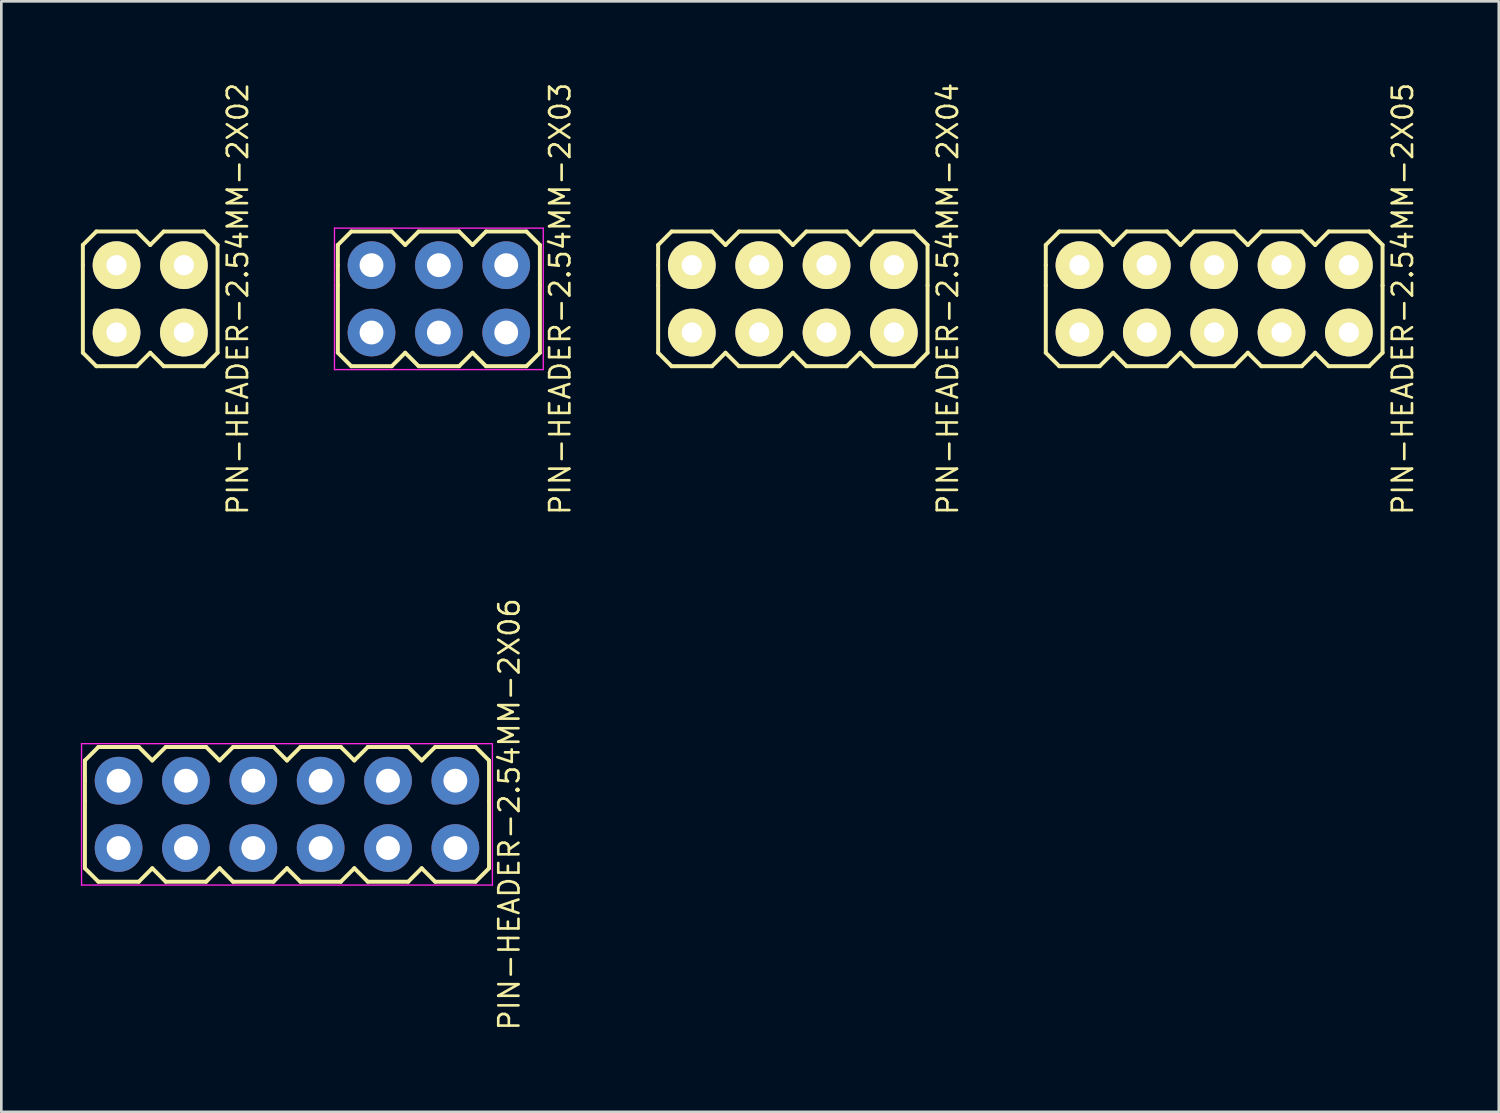
<source format=kicad_pcb>
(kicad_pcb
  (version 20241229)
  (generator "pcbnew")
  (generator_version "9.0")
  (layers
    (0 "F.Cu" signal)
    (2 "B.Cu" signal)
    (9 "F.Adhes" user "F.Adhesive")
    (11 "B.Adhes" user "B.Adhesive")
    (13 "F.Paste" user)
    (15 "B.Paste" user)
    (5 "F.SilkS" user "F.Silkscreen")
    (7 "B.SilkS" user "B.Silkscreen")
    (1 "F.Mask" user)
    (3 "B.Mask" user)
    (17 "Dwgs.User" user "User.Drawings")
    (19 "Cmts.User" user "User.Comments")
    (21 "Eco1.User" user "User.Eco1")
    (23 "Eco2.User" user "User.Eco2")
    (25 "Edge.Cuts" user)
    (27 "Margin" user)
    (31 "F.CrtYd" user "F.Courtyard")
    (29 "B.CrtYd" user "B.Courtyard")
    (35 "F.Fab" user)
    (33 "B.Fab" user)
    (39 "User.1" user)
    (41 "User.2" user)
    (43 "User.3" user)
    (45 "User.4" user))
  (footprint "PIN-HEADER-2.54MM-2X06"
    (layer "F.Cu")
    (at 7.772 27.66)
    (property "Reference" "PIN-HEADER-2.54MM-2X06" (at 8.382 0 90) (layer "F.SilkS") (effects (font (size 0.762 0.762) (thickness 0.1))))
    (attr through_hole)
    (fp_line (start -7.62 -2.032) (end -7.112 -2.54) (stroke (width 0.15) (type solid)) (layer "F.SilkS"))
    (fp_line (start -7.62 -1.27) (end -7.62 -2.032) (stroke (width 0.15) (type solid)) (layer "F.SilkS"))
    (fp_line (start -7.62 -0.508) (end -7.62 -1.27) (stroke (width 0.15) (type solid)) (layer "F.SilkS"))
    (fp_line (start -7.62 -0.508) (end -7.62 2.032) (stroke (width 0.15) (type solid)) (layer "F.SilkS"))
    (fp_line (start -7.62 2.032) (end -7.112 2.54) (stroke (width 0.15) (type solid)) (layer "F.SilkS"))
    (fp_line (start -7.112 -2.54) (end -5.588 -2.54) (stroke (width 0.15) (type solid)) (layer "F.SilkS"))
    (fp_line (start -7.112 2.54) (end -5.588 2.54) (stroke (width 0.15) (type solid)) (layer "F.SilkS"))
    (fp_line (start -5.588 -2.54) (end -5.08 -2.032) (stroke (width 0.15) (type solid)) (layer "F.SilkS"))
    (fp_line (start -5.588 2.54) (end -5.08 2.032) (stroke (width 0.15) (type solid)) (layer "F.SilkS"))
    (fp_line (start -5.08 -2.032) (end -4.572 -2.54) (stroke (width 0.15) (type solid)) (layer "F.SilkS"))
    (fp_line (start -5.08 2.032) (end -4.572 2.54) (stroke (width 0.15) (type solid)) (layer "F.SilkS"))
    (fp_line (start -4.572 -2.54) (end -3.048 -2.54) (stroke (width 0.15) (type solid)) (layer "F.SilkS"))
    (fp_line (start -4.572 2.54) (end -3.048 2.54) (stroke (width 0.15) (type solid)) (layer "F.SilkS"))
    (fp_line (start -3.048 -2.54) (end -2.54 -2.032) (stroke (width 0.15) (type solid)) (layer "F.SilkS"))
    (fp_line (start -3.048 2.54) (end -2.54 2.032) (stroke (width 0.15) (type solid)) (layer "F.SilkS"))
    (fp_line (start -2.54 -2.032) (end -2.032 -2.54) (stroke (width 0.15) (type solid)) (layer "F.SilkS"))
    (fp_line (start -2.54 2.032) (end -2.032 2.54) (stroke (width 0.15) (type solid)) (layer "F.SilkS"))
    (fp_line (start -2.032 -2.54) (end -0.508 -2.54) (stroke (width 0.15) (type solid)) (layer "F.SilkS"))
    (fp_line (start -2.032 2.54) (end -0.508 2.54) (stroke (width 0.15) (type solid)) (layer "F.SilkS"))
    (fp_line (start -0.508 -2.54) (end 0 -2.032) (stroke (width 0.15) (type solid)) (layer "F.SilkS"))
    (fp_line (start -0.508 2.54) (end 0 2.032) (stroke (width 0.15) (type solid)) (layer "F.SilkS"))
    (fp_line (start 0 -2.032) (end 0.508 -2.54) (stroke (width 0.15) (type solid)) (layer "F.SilkS"))
    (fp_line (start 0 2.032) (end 0.508 2.54) (stroke (width 0.15) (type solid)) (layer "F.SilkS"))
    (fp_line (start 0.508 -2.54) (end 2.032 -2.54) (stroke (width 0.15) (type solid)) (layer "F.SilkS"))
    (fp_line (start 0.508 2.54) (end 2.032 2.54) (stroke (width 0.15) (type solid)) (layer "F.SilkS"))
    (fp_line (start 2.032 -2.54) (end 2.54 -2.032) (stroke (width 0.15) (type solid)) (layer "F.SilkS"))
    (fp_line (start 2.032 2.54) (end 2.54 2.032) (stroke (width 0.15) (type solid)) (layer "F.SilkS"))
    (fp_line (start 2.54 -2.032) (end 3.048 -2.54) (stroke (width 0.15) (type solid)) (layer "F.SilkS"))
    (fp_line (start 2.54 2.032) (end 3.048 2.54) (stroke (width 0.15) (type solid)) (layer "F.SilkS"))
    (fp_line (start 3.048 -2.54) (end 4.572 -2.54) (stroke (width 0.15) (type solid)) (layer "F.SilkS"))
    (fp_line (start 3.048 2.54) (end 4.572 2.54) (stroke (width 0.15) (type solid)) (layer "F.SilkS"))
    (fp_line (start 4.572 -2.54) (end 5.08 -2.032) (stroke (width 0.15) (type solid)) (layer "F.SilkS"))
    (fp_line (start 4.572 2.54) (end 5.08 2.032) (stroke (width 0.15) (type solid)) (layer "F.SilkS"))
    (fp_line (start 5.08 -2.032) (end 5.588 -2.54) (stroke (width 0.15) (type solid)) (layer "F.SilkS"))
    (fp_line (start 5.08 2.032) (end 5.588 2.54) (stroke (width 0.15) (type solid)) (layer "F.SilkS"))
    (fp_line (start 5.588 -2.54) (end 7.112 -2.54) (stroke (width 0.15) (type solid)) (layer "F.SilkS"))
    (fp_line (start 5.588 2.54) (end 7.112 2.54) (stroke (width 0.15) (type solid)) (layer "F.SilkS"))
    (fp_line (start 7.112 -2.54) (end 7.62 -2.032) (stroke (width 0.15) (type solid)) (layer "F.SilkS"))
    (fp_line (start 7.112 2.54) (end 7.62 2.032) (stroke (width 0.15) (type solid)) (layer "F.SilkS"))
    (fp_line (start 7.62 -2.032) (end 7.62 -0.508) (stroke (width 0.15) (type solid)) (layer "F.SilkS"))
    (fp_line (start 7.62 2.032) (end 7.62 -0.508) (stroke (width 0.15) (type solid)) (layer "F.SilkS"))
    (fp_line (start -7.747 -2.667) (end 7.747 -2.667) (stroke (width 0.05) (type solid)) (layer "F.CrtYd"))
    (fp_line (start -7.747 2.667) (end -7.747 -2.667) (stroke (width 0.05) (type solid)) (layer "F.CrtYd"))
    (fp_line (start 7.747 -2.667) (end 7.747 2.667) (stroke (width 0.05) (type solid)) (layer "F.CrtYd"))
    (fp_line (start 7.747 2.667) (end -7.747 2.667) (stroke (width 0.05) (type solid)) (layer "F.CrtYd"))
    (pad "1" thru_hole circle (at -6.35 1.27) (size 1.8 1.8) (drill 0.9) (layers "*.Cu" "*.Mask"))
    (pad "2" thru_hole circle (at -6.35 -1.27) (size 1.8 1.8) (drill 0.9) (layers "*.Cu" "*.Mask"))
    (pad "3" thru_hole circle (at -3.81 1.27) (size 1.8 1.8) (drill 0.9) (layers "*.Cu" "*.Mask"))
    (pad "4" thru_hole circle (at -3.81 -1.27) (size 1.8 1.8) (drill 0.9) (layers "*.Cu" "*.Mask"))
    (pad "5" thru_hole circle (at -1.27 1.27) (size 1.8 1.8) (drill 0.9) (layers "*.Cu" "*.Mask"))
    (pad "6" thru_hole circle (at -1.27 -1.27) (size 1.8 1.8) (drill 0.9) (layers "*.Cu" "*.Mask"))
    (pad "7" thru_hole circle (at 1.27 1.27) (size 1.8 1.8) (drill 0.9) (layers "*.Cu" "*.Mask"))
    (pad "8" thru_hole circle (at 1.27 -1.27) (size 1.8 1.8) (drill 0.9) (layers "*.Cu" "*.Mask"))
    (pad "9" thru_hole circle (at 3.81 1.27) (size 1.8 1.8) (drill 0.9) (layers "*.Cu" "*.Mask"))
    (pad "10" thru_hole circle (at 3.81 -1.27) (size 1.8 1.8) (drill 0.9) (layers "*.Cu" "*.Mask"))
    (pad "11" thru_hole circle (at 6.35 1.27) (size 1.8 1.8) (drill 0.9) (layers "*.Cu" "*.Mask"))
    (pad "12" thru_hole circle (at 6.35 -1.27) (size 1.8 1.8) (drill 0.9) (layers "*.Cu" "*.Mask")))
  (footprint "PIN-HEADER-2.54MM-2X03"
    (layer "F.Cu")
    (at 13.5 8.22)
    (property "Reference" "PIN-HEADER-2.54MM-2X03" (at 4.572 0 90) (layer "F.SilkS") (effects (font (size 0.762 0.762) (thickness 0.1))))
    (attr through_hole)
    (fp_line (start -3.81 -2.032) (end -3.302 -2.54) (stroke (width 0.15) (type solid)) (layer "F.SilkS"))
    (fp_line (start -3.81 -1.27) (end -3.81 -2.032) (stroke (width 0.15) (type solid)) (layer "F.SilkS"))
    (fp_line (start -3.81 -0.508) (end -3.81 -1.27) (stroke (width 0.15) (type solid)) (layer "F.SilkS"))
    (fp_line (start -3.81 -0.508) (end -3.81 2.032) (stroke (width 0.15) (type solid)) (layer "F.SilkS"))
    (fp_line (start -3.81 2.032) (end -3.302 2.54) (stroke (width 0.15) (type solid)) (layer "F.SilkS"))
    (fp_line (start -3.302 -2.54) (end -1.778 -2.54) (stroke (width 0.15) (type solid)) (layer "F.SilkS"))
    (fp_line (start -3.302 2.54) (end -1.778 2.54) (stroke (width 0.15) (type solid)) (layer "F.SilkS"))
    (fp_line (start -1.778 -2.54) (end -1.27 -2.032) (stroke (width 0.15) (type solid)) (layer "F.SilkS"))
    (fp_line (start -1.778 2.54) (end -1.27 2.032) (stroke (width 0.15) (type solid)) (layer "F.SilkS"))
    (fp_line (start -1.27 -2.032) (end -0.762 -2.54) (stroke (width 0.15) (type solid)) (layer "F.SilkS"))
    (fp_line (start -1.27 2.032) (end -0.762 2.54) (stroke (width 0.15) (type solid)) (layer "F.SilkS"))
    (fp_line (start -0.762 -2.54) (end 0.762 -2.54) (stroke (width 0.15) (type solid)) (layer "F.SilkS"))
    (fp_line (start -0.762 2.54) (end 0.762 2.54) (stroke (width 0.15) (type solid)) (layer "F.SilkS"))
    (fp_line (start 0.762 -2.54) (end 1.27 -2.032) (stroke (width 0.15) (type solid)) (layer "F.SilkS"))
    (fp_line (start 0.762 2.54) (end 1.27 2.032) (stroke (width 0.15) (type solid)) (layer "F.SilkS"))
    (fp_line (start 1.27 -2.032) (end 1.778 -2.54) (stroke (width 0.15) (type solid)) (layer "F.SilkS"))
    (fp_line (start 1.27 2.032) (end 1.778 2.54) (stroke (width 0.15) (type solid)) (layer "F.SilkS"))
    (fp_line (start 1.778 -2.54) (end 3.302 -2.54) (stroke (width 0.15) (type solid)) (layer "F.SilkS"))
    (fp_line (start 1.778 2.54) (end 3.302 2.54) (stroke (width 0.15) (type solid)) (layer "F.SilkS"))
    (fp_line (start 3.302 -2.54) (end 3.81 -2.032) (stroke (width 0.15) (type solid)) (layer "F.SilkS"))
    (fp_line (start 3.302 2.54) (end 3.81 2.032) (stroke (width 0.15) (type solid)) (layer "F.SilkS"))
    (fp_line (start 3.81 -2.032) (end 3.81 -0.508) (stroke (width 0.15) (type solid)) (layer "F.SilkS"))
    (fp_line (start 3.81 2.032) (end 3.81 -0.508) (stroke (width 0.15) (type solid)) (layer "F.SilkS"))
    (fp_line (start -3.937 -2.667) (end 3.937 -2.667) (stroke (width 0.05) (type solid)) (layer "F.CrtYd"))
    (fp_line (start -3.937 2.667) (end -3.937 -2.667) (stroke (width 0.05) (type solid)) (layer "F.CrtYd"))
    (fp_line (start 3.937 -2.667) (end 3.937 2.667) (stroke (width 0.05) (type solid)) (layer "F.CrtYd"))
    (fp_line (start 3.937 2.667) (end -3.937 2.667) (stroke (width 0.05) (type solid)) (layer "F.CrtYd"))
    (pad "1" thru_hole circle (at -2.54 1.27) (size 1.8 1.8) (drill 0.9) (layers "*.Cu" "*.Mask"))
    (pad "2" thru_hole circle (at -2.54 -1.27) (size 1.8 1.8) (drill 0.9) (layers "*.Cu" "*.Mask"))
    (pad "3" thru_hole circle (at 0 1.27) (size 1.8 1.8) (drill 0.9) (layers "*.Cu" "*.Mask"))
    (pad "4" thru_hole circle (at 0 -1.27) (size 1.8 1.8) (drill 0.9) (layers "*.Cu" "*.Mask"))
    (pad "5" thru_hole circle (at 2.54 1.27) (size 1.8 1.8) (drill 0.9) (layers "*.Cu" "*.Mask"))
    (pad "6" thru_hole circle (at 2.54 -1.27) (size 1.8 1.8) (drill 0.9) (layers "*.Cu" "*.Mask")))
  (footprint "PIN-HEADER-2.54MM-2X02"
    (layer "F.Cu")
    (at 2.615 8.22)
    (property "Reference" "PIN-HEADER-2.54MM-2X02" (at 3.302 0 90) (layer "F.SilkS") (effects (font (size 0.762 0.762) (thickness 0.1))))
    (attr through_hole)
    (fp_line (start -2.54 -2.032) (end -2.032 -2.54) (stroke (width 0.15) (type solid)) (layer "F.SilkS"))
    (fp_line (start -2.54 -1.27) (end -2.54 -2.032) (stroke (width 0.15) (type solid)) (layer "F.SilkS"))
    (fp_line (start -2.54 2.032) (end -2.54 -1.27) (stroke (width 0.15) (type solid)) (layer "F.SilkS"))
    (fp_line (start -2.032 -2.54) (end -0.508 -2.54) (stroke (width 0.15) (type solid)) (layer "F.SilkS"))
    (fp_line (start -2.032 2.54) (end -2.54 2.032) (stroke (width 0.15) (type solid)) (layer "F.SilkS"))
    (fp_line (start -0.508 -2.54) (end 0 -2.032) (stroke (width 0.15) (type solid)) (layer "F.SilkS"))
    (fp_line (start -0.508 2.54) (end -2.032 2.54) (stroke (width 0.15) (type solid)) (layer "F.SilkS"))
    (fp_line (start 0 -2.032) (end 0.508 -2.54) (stroke (width 0.15) (type solid)) (layer "F.SilkS"))
    (fp_line (start 0 2.032) (end -0.508 2.54) (stroke (width 0.15) (type solid)) (layer "F.SilkS"))
    (fp_line (start 0.508 -2.54) (end 2.032 -2.54) (stroke (width 0.15) (type solid)) (layer "F.SilkS"))
    (fp_line (start 0.508 2.54) (end 0 2.032) (stroke (width 0.15) (type solid)) (layer "F.SilkS"))
    (fp_line (start 2.032 -2.54) (end 2.54 -2.032) (stroke (width 0.15) (type solid)) (layer "F.SilkS"))
    (fp_line (start 2.032 2.54) (end 0.508 2.54) (stroke (width 0.15) (type solid)) (layer "F.SilkS"))
    (fp_line (start 2.54 -2.032) (end 2.54 2.032) (stroke (width 0.15) (type solid)) (layer "F.SilkS"))
    (fp_line (start 2.54 2.032) (end 2.032 2.54) (stroke (width 0.15) (type solid)) (layer "F.SilkS"))
    (pad "1" thru_hole circle (at -1.27 1.27) (size 1.8 1.8) (drill 0.762) (layers "*.Cu" "*.Mask" "F.SilkS"))
    (pad "2" thru_hole circle (at -1.27 -1.27) (size 1.8 1.8) (drill 0.762) (layers "*.Cu" "*.Mask" "F.SilkS"))
    (pad "3" thru_hole circle (at 1.27 1.27) (size 1.8 1.8) (drill 0.762) (layers "*.Cu" "*.Mask" "F.SilkS"))
    (pad "4" thru_hole circle (at 1.27 -1.27) (size 1.8 1.8) (drill 0.762) (layers "*.Cu" "*.Mask" "F.SilkS")))
  (footprint "PIN-HEADER-2.54MM-2X04"
    (layer "F.Cu")
    (at 26.849 8.22)
    (property "Reference" "PIN-HEADER-2.54MM-2X04" (at 5.842 0 90) (layer "F.SilkS") (effects (font (size 0.762 0.762) (thickness 0.1))))
    (attr through_hole)
    (fp_line (start -5.08 -2.032) (end -4.572 -2.54) (stroke (width 0.15) (type solid)) (layer "F.SilkS"))
    (fp_line (start -5.08 -1.27) (end -5.08 -2.032) (stroke (width 0.15) (type solid)) (layer "F.SilkS"))
    (fp_line (start -5.08 -0.508) (end -5.08 -1.27) (stroke (width 0.15) (type solid)) (layer "F.SilkS"))
    (fp_line (start -5.08 -0.508) (end -5.08 2.032) (stroke (width 0.15) (type solid)) (layer "F.SilkS"))
    (fp_line (start -5.08 2.032) (end -4.572 2.54) (stroke (width 0.15) (type solid)) (layer "F.SilkS"))
    (fp_line (start -4.572 -2.54) (end -3.048 -2.54) (stroke (width 0.15) (type solid)) (layer "F.SilkS"))
    (fp_line (start -4.572 2.54) (end -3.048 2.54) (stroke (width 0.15) (type solid)) (layer "F.SilkS"))
    (fp_line (start -3.048 -2.54) (end -2.54 -2.032) (stroke (width 0.15) (type solid)) (layer "F.SilkS"))
    (fp_line (start -3.048 2.54) (end -2.54 2.032) (stroke (width 0.15) (type solid)) (layer "F.SilkS"))
    (fp_line (start -2.54 -2.032) (end -2.032 -2.54) (stroke (width 0.15) (type solid)) (layer "F.SilkS"))
    (fp_line (start -2.54 2.032) (end -2.032 2.54) (stroke (width 0.15) (type solid)) (layer "F.SilkS"))
    (fp_line (start -2.032 -2.54) (end -0.508 -2.54) (stroke (width 0.15) (type solid)) (layer "F.SilkS"))
    (fp_line (start -2.032 2.54) (end -0.508 2.54) (stroke (width 0.15) (type solid)) (layer "F.SilkS"))
    (fp_line (start -0.508 -2.54) (end 0 -2.032) (stroke (width 0.15) (type solid)) (layer "F.SilkS"))
    (fp_line (start -0.508 2.54) (end 0 2.032) (stroke (width 0.15) (type solid)) (layer "F.SilkS"))
    (fp_line (start 0 -2.032) (end 0.508 -2.54) (stroke (width 0.15) (type solid)) (layer "F.SilkS"))
    (fp_line (start 0 2.032) (end 0.508 2.54) (stroke (width 0.15) (type solid)) (layer "F.SilkS"))
    (fp_line (start 0.508 -2.54) (end 2.032 -2.54) (stroke (width 0.15) (type solid)) (layer "F.SilkS"))
    (fp_line (start 0.508 2.54) (end 2.032 2.54) (stroke (width 0.15) (type solid)) (layer "F.SilkS"))
    (fp_line (start 2.032 -2.54) (end 2.54 -2.032) (stroke (width 0.15) (type solid)) (layer "F.SilkS"))
    (fp_line (start 2.032 2.54) (end 2.54 2.032) (stroke (width 0.15) (type solid)) (layer "F.SilkS"))
    (fp_line (start 2.54 -2.032) (end 3.048 -2.54) (stroke (width 0.15) (type solid)) (layer "F.SilkS"))
    (fp_line (start 2.54 2.032) (end 3.048 2.54) (stroke (width 0.15) (type solid)) (layer "F.SilkS"))
    (fp_line (start 3.048 -2.54) (end 4.572 -2.54) (stroke (width 0.15) (type solid)) (layer "F.SilkS"))
    (fp_line (start 3.048 2.54) (end 4.572 2.54) (stroke (width 0.15) (type solid)) (layer "F.SilkS"))
    (fp_line (start 4.572 -2.54) (end 5.08 -2.032) (stroke (width 0.15) (type solid)) (layer "F.SilkS"))
    (fp_line (start 4.572 2.54) (end 5.08 2.032) (stroke (width 0.15) (type solid)) (layer "F.SilkS"))
    (fp_line (start 5.08 -2.032) (end 5.08 -0.508) (stroke (width 0.15) (type solid)) (layer "F.SilkS"))
    (fp_line (start 5.08 2.032) (end 5.08 -0.508) (stroke (width 0.15) (type solid)) (layer "F.SilkS"))
    (pad "1" thru_hole circle (at -3.81 1.27) (size 1.8 1.8) (drill 0.762) (layers "*.Cu" "*.Mask" "F.SilkS"))
    (pad "2" thru_hole circle (at -3.81 -1.27) (size 1.8 1.8) (drill 0.762) (layers "*.Cu" "*.Mask" "F.SilkS"))
    (pad "3" thru_hole circle (at -1.27 1.27) (size 1.8 1.8) (drill 0.762) (layers "*.Cu" "*.Mask" "F.SilkS"))
    (pad "4" thru_hole circle (at -1.27 -1.27) (size 1.8 1.8) (drill 0.762) (layers "*.Cu" "*.Mask" "F.SilkS"))
    (pad "5" thru_hole circle (at 1.27 1.27) (size 1.8 1.8) (drill 0.762) (layers "*.Cu" "*.Mask" "F.SilkS"))
    (pad "6" thru_hole circle (at 1.27 -1.27) (size 1.8 1.8) (drill 0.762) (layers "*.Cu" "*.Mask" "F.SilkS"))
    (pad "7" thru_hole circle (at 3.81 1.27) (size 1.8 1.8) (drill 0.762) (layers "*.Cu" "*.Mask" "F.SilkS"))
    (pad "8" thru_hole circle (at 3.81 -1.27) (size 1.8 1.8) (drill 0.762) (layers "*.Cu" "*.Mask" "F.SilkS")))
  (footprint "PIN-HEADER-2.54MM-2X05"
    (layer "F.Cu")
    (at 42.737 8.22)
    (property "Reference" "PIN-HEADER-2.54MM-2X05" (at 7.112 0 90) (layer "F.SilkS") (effects (font (size 0.762 0.762) (thickness 0.1))))
    (attr through_hole)
    (fp_line (start -6.35 -2.032) (end -5.842 -2.54) (stroke (width 0.15) (type solid)) (layer "F.SilkS"))
    (fp_line (start -6.35 -1.27) (end -6.35 -2.032) (stroke (width 0.15) (type solid)) (layer "F.SilkS"))
    (fp_line (start -6.35 -0.508) (end -6.35 -1.27) (stroke (width 0.15) (type solid)) (layer "F.SilkS"))
    (fp_line (start -6.35 -0.508) (end -6.35 2.032) (stroke (width 0.15) (type solid)) (layer "F.SilkS"))
    (fp_line (start -6.35 2.032) (end -5.842 2.54) (stroke (width 0.15) (type solid)) (layer "F.SilkS"))
    (fp_line (start -5.842 -2.54) (end -4.318 -2.54) (stroke (width 0.15) (type solid)) (layer "F.SilkS"))
    (fp_line (start -5.842 2.54) (end -4.318 2.54) (stroke (width 0.15) (type solid)) (layer "F.SilkS"))
    (fp_line (start -4.318 -2.54) (end -3.81 -2.032) (stroke (width 0.15) (type solid)) (layer "F.SilkS"))
    (fp_line (start -4.318 2.54) (end -3.81 2.032) (stroke (width 0.15) (type solid)) (layer "F.SilkS"))
    (fp_line (start -3.81 -2.032) (end -3.302 -2.54) (stroke (width 0.15) (type solid)) (layer "F.SilkS"))
    (fp_line (start -3.81 2.032) (end -3.302 2.54) (stroke (width 0.15) (type solid)) (layer "F.SilkS"))
    (fp_line (start -3.302 -2.54) (end -1.778 -2.54) (stroke (width 0.15) (type solid)) (layer "F.SilkS"))
    (fp_line (start -3.302 2.54) (end -1.778 2.54) (stroke (width 0.15) (type solid)) (layer "F.SilkS"))
    (fp_line (start -1.778 -2.54) (end -1.27 -2.032) (stroke (width 0.15) (type solid)) (layer "F.SilkS"))
    (fp_line (start -1.778 2.54) (end -1.27 2.032) (stroke (width 0.15) (type solid)) (layer "F.SilkS"))
    (fp_line (start -1.27 -2.032) (end -0.762 -2.54) (stroke (width 0.15) (type solid)) (layer "F.SilkS"))
    (fp_line (start -1.27 2.032) (end -0.762 2.54) (stroke (width 0.15) (type solid)) (layer "F.SilkS"))
    (fp_line (start -0.762 -2.54) (end 0.762 -2.54) (stroke (width 0.15) (type solid)) (layer "F.SilkS"))
    (fp_line (start -0.762 2.54) (end 0.762 2.54) (stroke (width 0.15) (type solid)) (layer "F.SilkS"))
    (fp_line (start 0.762 -2.54) (end 1.27 -2.032) (stroke (width 0.15) (type solid)) (layer "F.SilkS"))
    (fp_line (start 0.762 2.54) (end 1.27 2.032) (stroke (width 0.15) (type solid)) (layer "F.SilkS"))
    (fp_line (start 1.27 -2.032) (end 1.778 -2.54) (stroke (width 0.15) (type solid)) (layer "F.SilkS"))
    (fp_line (start 1.27 2.032) (end 1.778 2.54) (stroke (width 0.15) (type solid)) (layer "F.SilkS"))
    (fp_line (start 1.778 -2.54) (end 3.302 -2.54) (stroke (width 0.15) (type solid)) (layer "F.SilkS"))
    (fp_line (start 1.778 2.54) (end 3.302 2.54) (stroke (width 0.15) (type solid)) (layer "F.SilkS"))
    (fp_line (start 3.302 -2.54) (end 3.81 -2.032) (stroke (width 0.15) (type solid)) (layer "F.SilkS"))
    (fp_line (start 3.302 2.54) (end 3.81 2.032) (stroke (width 0.15) (type solid)) (layer "F.SilkS"))
    (fp_line (start 3.81 -2.032) (end 4.318 -2.54) (stroke (width 0.15) (type solid)) (layer "F.SilkS"))
    (fp_line (start 3.81 2.032) (end 4.318 2.54) (stroke (width 0.15) (type solid)) (layer "F.SilkS"))
    (fp_line (start 4.318 -2.54) (end 5.842 -2.54) (stroke (width 0.15) (type solid)) (layer "F.SilkS"))
    (fp_line (start 4.318 2.54) (end 5.842 2.54) (stroke (width 0.15) (type solid)) (layer "F.SilkS"))
    (fp_line (start 5.842 -2.54) (end 6.35 -2.032) (stroke (width 0.15) (type solid)) (layer "F.SilkS"))
    (fp_line (start 5.842 2.54) (end 6.35 2.032) (stroke (width 0.15) (type solid)) (layer "F.SilkS"))
    (fp_line (start 6.35 -2.032) (end 6.35 -0.508) (stroke (width 0.15) (type solid)) (layer "F.SilkS"))
    (fp_line (start 6.35 2.032) (end 6.35 -0.508) (stroke (width 0.15) (type solid)) (layer "F.SilkS"))
    (pad "1" thru_hole circle (at -5.08 1.27) (size 1.8 1.8) (drill 0.762) (layers "*.Cu" "*.Mask" "F.SilkS"))
    (pad "2" thru_hole circle (at -5.08 -1.27) (size 1.8 1.8) (drill 0.762) (layers "*.Cu" "*.Mask" "F.SilkS"))
    (pad "3" thru_hole circle (at -2.54 1.27) (size 1.8 1.8) (drill 0.762) (layers "*.Cu" "*.Mask" "F.SilkS"))
    (pad "4" thru_hole circle (at -2.54 -1.27) (size 1.8 1.8) (drill 0.762) (layers "*.Cu" "*.Mask" "F.SilkS"))
    (pad "5" thru_hole circle (at 0 1.27) (size 1.8 1.8) (drill 0.762) (layers "*.Cu" "*.Mask" "F.SilkS"))
    (pad "6" thru_hole circle (at 0 -1.27) (size 1.8 1.8) (drill 0.762) (layers "*.Cu" "*.Mask" "F.SilkS"))
    (pad "7" thru_hole circle (at 2.54 1.27) (size 1.8 1.8) (drill 0.762) (layers "*.Cu" "*.Mask" "F.SilkS"))
    (pad "8" thru_hole circle (at 2.54 -1.27) (size 1.8 1.8) (drill 0.762) (layers "*.Cu" "*.Mask" "F.SilkS"))
    (pad "9" thru_hole circle (at 5.08 1.27) (size 1.8 1.8) (drill 0.762) (layers "*.Cu" "*.Mask" "F.SilkS"))
    (pad "10" thru_hole circle (at 5.08 -1.27) (size 1.8 1.8) (drill 0.762) (layers "*.Cu" "*.Mask" "F.SilkS")))
  (gr_rect
    (start -3 -3)
    (end 53.47 38.88)
    (stroke (width 0.1) (type default))
    (fill no)
    (layer "Edge.Cuts")))
</source>
